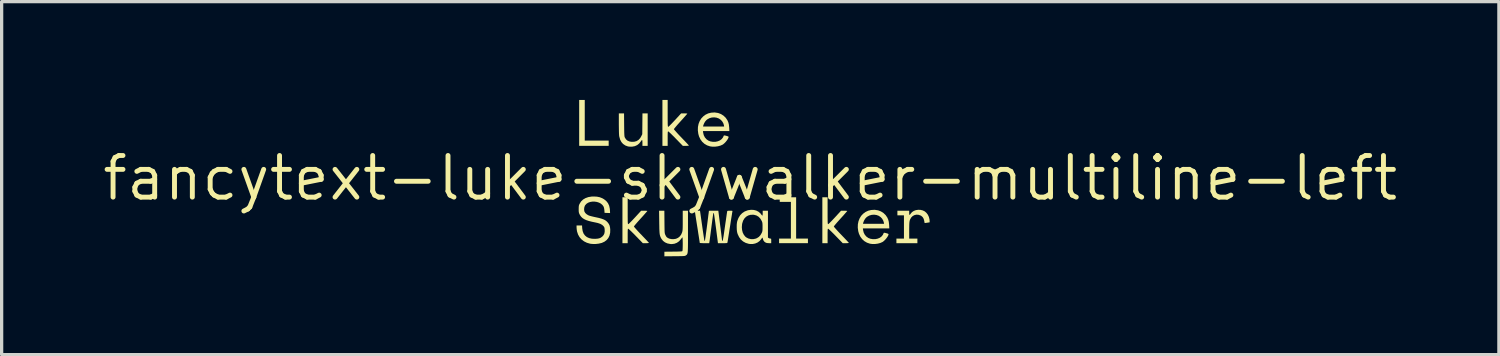
<source format=kicad_pcb>
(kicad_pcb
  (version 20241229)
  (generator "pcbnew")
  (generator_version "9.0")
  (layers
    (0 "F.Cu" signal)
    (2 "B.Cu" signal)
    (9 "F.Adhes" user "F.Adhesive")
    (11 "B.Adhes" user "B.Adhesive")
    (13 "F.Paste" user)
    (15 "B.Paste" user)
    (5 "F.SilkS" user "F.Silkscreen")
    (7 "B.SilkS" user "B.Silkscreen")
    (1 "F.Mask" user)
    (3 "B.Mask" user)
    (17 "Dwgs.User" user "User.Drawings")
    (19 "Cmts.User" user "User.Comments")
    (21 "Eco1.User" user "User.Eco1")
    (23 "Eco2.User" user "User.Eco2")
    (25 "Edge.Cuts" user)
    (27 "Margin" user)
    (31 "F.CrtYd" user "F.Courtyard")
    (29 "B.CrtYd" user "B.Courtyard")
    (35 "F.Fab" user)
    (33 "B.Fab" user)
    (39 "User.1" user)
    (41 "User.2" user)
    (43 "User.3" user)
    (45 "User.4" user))
  (footprint "fancytext-luke-skywalker-multiline-left"
    (layer "F.Cu")
    (at 19.843 2.385)
    (property "Reference" "fancytext-luke-skywalker-multiline-left" (at 0 0 0) (layer "F.SilkS") (effects (font (size 1.27 1.27) (thickness 0.15))))
    (attr board_only exclude_from_pos_files exclude_from_bom)
    (fp_poly (pts (xy -5.22 -1.685) (xy -5.22 -2.385) (xy -5.135 -2.385) (xy -5.05 -2.385) (xy -5.05 -1.765) (xy -5.05 -1.145) (xy -4.685 -1.145) (xy -4.32 -1.145) (xy -4.32 -1.065) (xy -4.32 -0.985) (xy -4.77 -0.985) (xy -5.22 -0.985) (xy -5.22 -1.685)) (stroke (width 0) (type solid)) (fill yes) (layer "F.SilkS"))
    (fp_poly (pts (xy 0.88 1.915) (xy 0.88 1.845) (xy 1.06 1.845) (xy 1.24 1.845) (xy 1.24 1.285) (xy 1.24 0.725) (xy 1.07 0.725) (xy 0.9 0.725) (xy 0.9 0.655) (xy 0.9 0.585) (xy 1.15 0.585) (xy 1.4 0.585) (xy 1.4 1.215) (xy 1.4 1.845) (xy 1.58 1.845) (xy 1.76 1.845) (xy 1.76 1.915) (xy 1.76 1.985) (xy 1.32 1.985) (xy 0.88 1.985) (xy 0.88 1.915)) (stroke (width 0) (type solid)) (fill yes) (layer "F.SilkS"))
    (fp_poly (pts (xy -3.736 -0.968) (xy -3.814 -0.997) (xy -3.879 -1.041) (xy -3.931 -1.1) (xy -3.97 -1.174) (xy -3.995 -1.263) (xy -4 -1.287) (xy -4.002 -1.313) (xy -4.005 -1.356) (xy -4.007 -1.412) (xy -4.008 -1.48) (xy -4.009 -1.555) (xy -4.01 -1.634) (xy -4.01 -1.663) (xy -4.01 -1.975) (xy -3.931 -1.975) (xy -3.851 -1.975) (xy -3.848 -1.627) (xy -3.847 -1.533) (xy -3.846 -1.457) (xy -3.845 -1.396) (xy -3.843 -1.349) (xy -3.841 -1.313) (xy -3.839 -1.287) (xy -3.836 -1.267) (xy -3.832 -1.252) (xy -3.827 -1.24) (xy -3.793 -1.185) (xy -3.746 -1.144) (xy -3.686 -1.118) (xy -3.619 -1.107) (xy -3.539 -1.11) (xy -3.469 -1.129) (xy -3.409 -1.166) (xy -3.359 -1.22) (xy -3.328 -1.273) (xy -3.295 -1.34) (xy -3.292 -1.657) (xy -3.289 -1.975) (xy -3.209 -1.975) (xy -3.13 -1.975) (xy -3.13 -1.48) (xy -3.13 -0.985) (xy -3.21 -0.985) (xy -3.29 -0.985) (xy -3.29 -1.075) (xy -3.291 -1.117) (xy -3.294 -1.148) (xy -3.298 -1.164) (xy -3.3 -1.165) (xy -3.311 -1.157) (xy -3.327 -1.138) (xy -3.335 -1.126) (xy -3.388 -1.058) (xy -3.45 -1.008) (xy -3.522 -0.975) (xy -3.604 -0.96) (xy -3.613 -0.959) (xy -3.661 -0.959) (xy -3.708 -0.963) (xy -3.736 -0.968)) (stroke (width 0) (type solid)) (fill yes) (layer "F.SilkS"))
    (fp_poly (pts (xy 4.46 1.915) (xy 4.46 1.845) (xy 4.575 1.845) (xy 4.69 1.845) (xy 4.69 1.49) (xy 4.69 1.135) (xy 4.59 1.135) (xy 4.49 1.135) (xy 4.49 1.065) (xy 4.49 0.995) (xy 4.67 0.995) (xy 4.85 0.995) (xy 4.85 1.06) (xy 4.851 1.093) (xy 4.855 1.117) (xy 4.86 1.125) (xy 4.871 1.117) (xy 4.887 1.098) (xy 4.895 1.085) (xy 4.936 1.037) (xy 4.991 1.001) (xy 5.054 0.977) (xy 5.124 0.967) (xy 5.195 0.969) (xy 5.264 0.986) (xy 5.324 1.015) (xy 5.376 1.06) (xy 5.42 1.118) (xy 5.452 1.187) (xy 5.47 1.262) (xy 5.472 1.292) (xy 5.475 1.349) (xy 5.4 1.361) (xy 5.364 1.366) (xy 5.336 1.369) (xy 5.323 1.37) (xy 5.322 1.37) (xy 5.319 1.36) (xy 5.314 1.335) (xy 5.31 1.31) (xy 5.292 1.243) (xy 5.262 1.191) (xy 5.218 1.152) (xy 5.198 1.141) (xy 5.134 1.119) (xy 5.07 1.115) (xy 5.009 1.129) (xy 4.955 1.159) (xy 4.91 1.204) (xy 4.877 1.263) (xy 4.866 1.294) (xy 4.861 1.317) (xy 4.857 1.345) (xy 4.854 1.381) (xy 4.852 1.428) (xy 4.851 1.488) (xy 4.85 1.564) (xy 4.85 1.598) (xy 4.85 1.845) (xy 4.975 1.845) (xy 5.1 1.845) (xy 5.1 1.915) (xy 5.1 1.985) (xy 4.78 1.985) (xy 4.46 1.985) (xy 4.46 1.915)) (stroke (width 0) (type solid)) (fill yes) (layer "F.SilkS"))
    (fp_poly (pts (xy -3.9 1.285) (xy -3.9 0.585) (xy -3.82 0.585) (xy -3.74 0.585) (xy -3.74 0.995) (xy -3.74 1.096) (xy -3.74 1.18) (xy -3.739 1.247) (xy -3.739 1.299) (xy -3.738 1.338) (xy -3.736 1.366) (xy -3.734 1.385) (xy -3.731 1.397) (xy -3.728 1.403) (xy -3.724 1.405) (xy -3.723 1.405) (xy -3.711 1.398) (xy -3.688 1.377) (xy -3.656 1.345) (xy -3.615 1.304) (xy -3.568 1.254) (xy -3.517 1.2) (xy -3.329 0.995) (xy -3.235 0.995) (xy -3.194 0.996) (xy -3.162 0.998) (xy -3.143 1.001) (xy -3.14 1.002) (xy -3.147 1.012) (xy -3.165 1.033) (xy -3.194 1.066) (xy -3.231 1.108) (xy -3.275 1.158) (xy -3.324 1.212) (xy -3.345 1.235) (xy -3.396 1.292) (xy -3.443 1.344) (xy -3.483 1.391) (xy -3.515 1.429) (xy -3.537 1.457) (xy -3.549 1.474) (xy -3.55 1.476) (xy -3.543 1.487) (xy -3.524 1.511) (xy -3.494 1.545) (xy -3.456 1.588) (xy -3.41 1.638) (xy -3.358 1.693) (xy -3.322 1.729) (xy -3.268 1.787) (xy -3.217 1.84) (xy -3.173 1.886) (xy -3.137 1.925) (xy -3.11 1.954) (xy -3.095 1.971) (xy -3.092 1.976) (xy -3.099 1.98) (xy -3.124 1.983) (xy -3.161 1.985) (xy -3.183 1.985) (xy -3.278 1.985) (xy -3.492 1.765) (xy -3.545 1.71) (xy -3.595 1.661) (xy -3.639 1.617) (xy -3.676 1.583) (xy -3.703 1.559) (xy -3.72 1.546) (xy -3.723 1.545) (xy -3.728 1.546) (xy -3.733 1.552) (xy -3.736 1.564) (xy -3.738 1.586) (xy -3.739 1.619) (xy -3.74 1.666) (xy -3.74 1.729) (xy -3.74 1.765) (xy -3.74 1.985) (xy -3.82 1.985) (xy -3.9 1.985) (xy -3.9 1.285)) (stroke (width 0) (type solid)) (fill yes) (layer "F.SilkS"))
    (fp_poly (pts (xy -2.68 -1.685) (xy -2.68 -2.385) (xy -2.6 -2.385) (xy -2.52 -2.385) (xy -2.52 -1.975) (xy -2.52 -1.874) (xy -2.52 -1.79) (xy -2.519 -1.723) (xy -2.519 -1.671) (xy -2.518 -1.632) (xy -2.516 -1.604) (xy -2.514 -1.585) (xy -2.511 -1.573) (xy -2.508 -1.567) (xy -2.504 -1.565) (xy -2.502 -1.565) (xy -2.491 -1.572) (xy -2.468 -1.593) (xy -2.436 -1.625) (xy -2.395 -1.666) (xy -2.348 -1.716) (xy -2.297 -1.77) (xy -2.109 -1.975) (xy -2.015 -1.975) (xy -1.974 -1.974) (xy -1.942 -1.972) (xy -1.923 -1.969) (xy -1.92 -1.968) (xy -1.927 -1.958) (xy -1.945 -1.937) (xy -1.974 -1.904) (xy -2.011 -1.862) (xy -2.055 -1.812) (xy -2.104 -1.758) (xy -2.125 -1.735) (xy -2.176 -1.678) (xy -2.223 -1.626) (xy -2.263 -1.579) (xy -2.295 -1.541) (xy -2.317 -1.513) (xy -2.329 -1.496) (xy -2.33 -1.494) (xy -2.323 -1.483) (xy -2.304 -1.459) (xy -2.274 -1.425) (xy -2.236 -1.382) (xy -2.19 -1.332) (xy -2.138 -1.277) (xy -2.103 -1.241) (xy -2.048 -1.183) (xy -1.997 -1.13) (xy -1.953 -1.084) (xy -1.917 -1.045) (xy -1.89 -1.016) (xy -1.875 -0.999) (xy -1.872 -0.994) (xy -1.879 -0.99) (xy -1.904 -0.987) (xy -1.941 -0.985) (xy -1.963 -0.985) (xy -2.058 -0.985) (xy -2.272 -1.205) (xy -2.325 -1.26) (xy -2.375 -1.309) (xy -2.419 -1.353) (xy -2.456 -1.387) (xy -2.483 -1.411) (xy -2.5 -1.424) (xy -2.502 -1.425) (xy -2.508 -1.424) (xy -2.513 -1.418) (xy -2.516 -1.406) (xy -2.518 -1.384) (xy -2.519 -1.351) (xy -2.52 -1.304) (xy -2.52 -1.241) (xy -2.52 -1.205) (xy -2.52 -0.985) (xy -2.6 -0.985) (xy -2.68 -0.985) (xy -2.68 -1.685)) (stroke (width 0) (type solid)) (fill yes) (layer "F.SilkS"))
    (fp_poly (pts (xy 2.2 1.285) (xy 2.2 0.585) (xy 2.28 0.585) (xy 2.36 0.585) (xy 2.36 0.995) (xy 2.36 1.096) (xy 2.36 1.18) (xy 2.361 1.247) (xy 2.361 1.299) (xy 2.362 1.338) (xy 2.364 1.366) (xy 2.366 1.385) (xy 2.369 1.397) (xy 2.372 1.403) (xy 2.376 1.405) (xy 2.377 1.405) (xy 2.389 1.398) (xy 2.412 1.377) (xy 2.444 1.345) (xy 2.485 1.304) (xy 2.532 1.254) (xy 2.583 1.2) (xy 2.771 0.995) (xy 2.865 0.995) (xy 2.906 0.996) (xy 2.938 0.998) (xy 2.957 1.001) (xy 2.96 1.002) (xy 2.953 1.012) (xy 2.935 1.033) (xy 2.906 1.066) (xy 2.869 1.108) (xy 2.825 1.158) (xy 2.776 1.212) (xy 2.755 1.235) (xy 2.704 1.292) (xy 2.657 1.344) (xy 2.617 1.391) (xy 2.585 1.429) (xy 2.563 1.457) (xy 2.551 1.474) (xy 2.55 1.476) (xy 2.557 1.487) (xy 2.576 1.511) (xy 2.606 1.545) (xy 2.644 1.588) (xy 2.69 1.638) (xy 2.742 1.693) (xy 2.777 1.729) (xy 2.832 1.787) (xy 2.883 1.84) (xy 2.927 1.886) (xy 2.963 1.925) (xy 2.99 1.954) (xy 3.005 1.971) (xy 3.008 1.976) (xy 3.001 1.98) (xy 2.976 1.983) (xy 2.939 1.985) (xy 2.917 1.985) (xy 2.822 1.985) (xy 2.608 1.765) (xy 2.555 1.71) (xy 2.505 1.661) (xy 2.461 1.617) (xy 2.424 1.583) (xy 2.397 1.559) (xy 2.38 1.546) (xy 2.377 1.545) (xy 2.372 1.546) (xy 2.367 1.552) (xy 2.364 1.564) (xy 2.362 1.586) (xy 2.361 1.619) (xy 2.36 1.666) (xy 2.36 1.729) (xy 2.36 1.765) (xy 2.36 1.985) (xy 2.28 1.985) (xy 2.2 1.985) (xy 2.2 1.285)) (stroke (width 0) (type solid)) (fill yes) (layer "F.SilkS"))
    (fp_poly (pts (xy -1.075 -2.002) (xy -0.979 -1.987) (xy -0.892 -1.954) (xy -0.815 -1.905) (xy -0.749 -1.842) (xy -0.697 -1.765) (xy -0.669 -1.7) (xy -0.653 -1.638) (xy -0.644 -1.558) (xy -0.642 -1.538) (xy -0.637 -1.435) (xy -1.443 -1.435) (xy -1.437 -1.386) (xy -1.419 -1.31) (xy -1.385 -1.243) (xy -1.337 -1.187) (xy -1.277 -1.144) (xy -1.216 -1.12) (xy -1.138 -1.107) (xy -1.062 -1.108) (xy -0.991 -1.123) (xy -0.927 -1.15) (xy -0.874 -1.189) (xy -0.834 -1.238) (xy -0.818 -1.272) (xy -0.811 -1.29) (xy -0.804 -1.3) (xy -0.791 -1.303) (xy -0.769 -1.3) (xy -0.733 -1.291) (xy -0.725 -1.289) (xy -0.686 -1.277) (xy -0.664 -1.265) (xy -0.66 -1.258) (xy -0.667 -1.228) (xy -0.687 -1.189) (xy -0.716 -1.146) (xy -0.752 -1.102) (xy -0.79 -1.063) (xy -0.828 -1.031) (xy -0.844 -1.021) (xy -0.909 -0.992) (xy -0.987 -0.971) (xy -1.07 -0.96) (xy -1.153 -0.959) (xy -1.227 -0.969) (xy -1.318 -1) (xy -1.398 -1.047) (xy -1.466 -1.109) (xy -1.522 -1.185) (xy -1.563 -1.273) (xy -1.585 -1.351) (xy -1.599 -1.458) (xy -1.596 -1.56) (xy -1.593 -1.575) (xy -1.44 -1.575) (xy -0.797 -1.575) (xy -0.804 -1.617) (xy -0.823 -1.676) (xy -0.857 -1.733) (xy -0.898 -1.777) (xy -0.958 -1.819) (xy -1.027 -1.844) (xy -1.1 -1.854) (xy -1.175 -1.849) (xy -1.247 -1.828) (xy -1.313 -1.791) (xy -1.338 -1.77) (xy -1.373 -1.731) (xy -1.404 -1.68) (xy -1.427 -1.626) (xy -1.434 -1.603) (xy -1.44 -1.575) (xy -1.593 -1.575) (xy -1.577 -1.655) (xy -1.543 -1.741) (xy -1.496 -1.818) (xy -1.435 -1.883) (xy -1.364 -1.936) (xy -1.282 -1.975) (xy -1.191 -1.997) (xy -1.092 -2.003)) (stroke (width 0) (type solid)) (fill yes) (layer "F.SilkS"))
    (fp_poly (pts (xy 3.805 0.968) (xy 3.901 0.983) (xy 3.988 1.016) (xy 4.065 1.065) (xy 4.131 1.128) (xy 4.183 1.205) (xy 4.211 1.27) (xy 4.227 1.332) (xy 4.236 1.412) (xy 4.238 1.433) (xy 4.243 1.535) (xy 3.437 1.535) (xy 3.443 1.584) (xy 3.461 1.66) (xy 3.495 1.727) (xy 3.543 1.783) (xy 3.603 1.826) (xy 3.664 1.85) (xy 3.742 1.863) (xy 3.818 1.862) (xy 3.889 1.847) (xy 3.953 1.82) (xy 4.006 1.781) (xy 4.046 1.732) (xy 4.062 1.698) (xy 4.069 1.68) (xy 4.076 1.67) (xy 4.089 1.667) (xy 4.111 1.67) (xy 4.147 1.679) (xy 4.155 1.681) (xy 4.194 1.693) (xy 4.216 1.705) (xy 4.22 1.712) (xy 4.213 1.742) (xy 4.193 1.781) (xy 4.164 1.824) (xy 4.128 1.868) (xy 4.09 1.907) (xy 4.052 1.939) (xy 4.036 1.949) (xy 3.971 1.978) (xy 3.893 1.999) (xy 3.81 2.01) (xy 3.727 2.011) (xy 3.653 2.001) (xy 3.562 1.97) (xy 3.482 1.923) (xy 3.414 1.861) (xy 3.358 1.785) (xy 3.317 1.697) (xy 3.295 1.619) (xy 3.281 1.512) (xy 3.284 1.41) (xy 3.287 1.395) (xy 3.44 1.395) (xy 4.083 1.395) (xy 4.076 1.353) (xy 4.057 1.294) (xy 4.023 1.237) (xy 3.982 1.193) (xy 3.922 1.151) (xy 3.853 1.126) (xy 3.78 1.116) (xy 3.705 1.121) (xy 3.633 1.142) (xy 3.567 1.179) (xy 3.542 1.2) (xy 3.507 1.239) (xy 3.476 1.29) (xy 3.453 1.344) (xy 3.446 1.367) (xy 3.44 1.395) (xy 3.287 1.395) (xy 3.303 1.315) (xy 3.337 1.229) (xy 3.384 1.152) (xy 3.445 1.087) (xy 3.516 1.034) (xy 3.598 0.995) (xy 3.689 0.973) (xy 3.788 0.967)) (stroke (width 0) (type solid)) (fill yes) (layer "F.SilkS"))
    (fp_poly (pts (xy 0.108 0.971) (xy 0.185 0.991) (xy 0.254 1.027) (xy 0.311 1.077) (xy 0.329 1.1) (xy 0.348 1.125) (xy 0.364 1.141) (xy 0.371 1.145) (xy 0.375 1.136) (xy 0.378 1.112) (xy 0.38 1.077) (xy 0.38 1.07) (xy 0.38 0.995) (xy 0.54 0.995) (xy 0.54 1.814) (xy 0.562 1.829) (xy 0.59 1.841) (xy 0.612 1.845) (xy 0.627 1.846) (xy 0.635 1.851) (xy 0.639 1.865) (xy 0.64 1.892) (xy 0.64 1.915) (xy 0.64 1.985) (xy 0.575 1.985) (xy 0.535 1.983) (xy 0.498 1.977) (xy 0.477 1.971) (xy 0.435 1.944) (xy 0.403 1.903) (xy 0.386 1.856) (xy 0.386 1.856) (xy 0.38 1.831) (xy 0.374 1.816) (xy 0.372 1.815) (xy 0.362 1.823) (xy 0.346 1.843) (xy 0.331 1.866) (xy 0.283 1.921) (xy 0.222 1.965) (xy 0.151 1.995) (xy 0.073 2.011) (xy -0.008 2.01) (xy -0.045 2.005) (xy -0.138 1.977) (xy -0.218 1.933) (xy -0.286 1.874) (xy -0.341 1.799) (xy -0.383 1.71) (xy -0.396 1.67) (xy -0.405 1.625) (xy -0.411 1.571) (xy -0.413 1.501) (xy -0.413 1.499) (xy -0.257 1.499) (xy -0.249 1.585) (xy -0.229 1.663) (xy -0.195 1.73) (xy -0.15 1.786) (xy -0.122 1.809) (xy -0.056 1.843) (xy 0.018 1.861) (xy 0.094 1.862) (xy 0.168 1.846) (xy 0.204 1.831) (xy 0.263 1.793) (xy 0.31 1.742) (xy 0.349 1.675) (xy 0.36 1.651) (xy 0.367 1.628) (xy 0.372 1.602) (xy 0.374 1.569) (xy 0.375 1.524) (xy 0.375 1.49) (xy 0.375 1.435) (xy 0.373 1.395) (xy 0.37 1.366) (xy 0.364 1.342) (xy 0.356 1.319) (xy 0.349 1.305) (xy 0.306 1.233) (xy 0.253 1.178) (xy 0.189 1.14) (xy 0.116 1.12) (xy 0.09 1.117) (xy 0.009 1.12) (xy -0.063 1.141) (xy -0.126 1.178) (xy -0.178 1.231) (xy -0.218 1.298) (xy -0.244 1.379) (xy -0.25 1.41) (xy -0.257 1.499) (xy -0.413 1.499) (xy -0.413 1.49) (xy -0.412 1.418) (xy -0.406 1.361) (xy -0.397 1.316) (xy -0.396 1.31) (xy -0.359 1.215) (xy -0.309 1.134) (xy -0.246 1.069) (xy -0.172 1.019) (xy -0.085 0.985) (xy -0.064 0.979) (xy 0.024 0.967)) (stroke (width 0) (type solid)) (fill yes) (layer "F.SilkS"))
    (fp_poly (pts (xy -2.62 2.316) (xy -2.62 2.246) (xy -2.35 2.243) (xy -2.267 2.242) (xy -2.203 2.241) (xy -2.154 2.239) (xy -2.118 2.237) (xy -2.094 2.235) (xy -2.079 2.231) (xy -2.071 2.227) (xy -2.07 2.225) (xy -2.067 2.211) (xy -2.064 2.181) (xy -2.062 2.14) (xy -2.061 2.09) (xy -2.06 2.036) (xy -2.06 1.98) (xy -2.061 1.927) (xy -2.062 1.88) (xy -2.064 1.841) (xy -2.066 1.816) (xy -2.069 1.807) (xy -2.07 1.807) (xy -2.08 1.816) (xy -2.097 1.837) (xy -2.117 1.864) (xy -2.172 1.927) (xy -2.238 1.973) (xy -2.313 2.002) (xy -2.394 2.013) (xy -2.438 2.011) (xy -2.525 1.994) (xy -2.599 1.962) (xy -2.66 1.916) (xy -2.707 1.857) (xy -2.714 1.845) (xy -2.729 1.817) (xy -2.741 1.791) (xy -2.75 1.765) (xy -2.758 1.736) (xy -2.764 1.702) (xy -2.768 1.66) (xy -2.771 1.608) (xy -2.774 1.544) (xy -2.775 1.466) (xy -2.777 1.37) (xy -2.777 1.343) (xy -2.782 0.995) (xy -2.702 0.995) (xy -2.621 0.995) (xy -2.618 1.337) (xy -2.617 1.43) (xy -2.616 1.504) (xy -2.615 1.563) (xy -2.614 1.608) (xy -2.612 1.643) (xy -2.61 1.669) (xy -2.606 1.689) (xy -2.602 1.704) (xy -2.597 1.718) (xy -2.592 1.73) (xy -2.576 1.762) (xy -2.56 1.788) (xy -2.552 1.798) (xy -2.513 1.828) (xy -2.46 1.85) (xy -2.399 1.861) (xy -2.335 1.862) (xy -2.272 1.852) (xy -2.266 1.851) (xy -2.203 1.822) (xy -2.149 1.778) (xy -2.107 1.72) (xy -2.081 1.66) (xy -2.075 1.64) (xy -2.07 1.619) (xy -2.066 1.595) (xy -2.064 1.567) (xy -2.062 1.53) (xy -2.061 1.483) (xy -2.06 1.423) (xy -2.06 1.346) (xy -2.06 1.294) (xy -2.06 0.995) (xy -1.98 0.995) (xy -1.9 0.995) (xy -1.9 1.631) (xy -1.9 1.764) (xy -1.9 1.879) (xy -1.9 1.976) (xy -1.901 2.058) (xy -1.902 2.126) (xy -1.904 2.182) (xy -1.906 2.226) (xy -1.909 2.261) (xy -1.914 2.287) (xy -1.919 2.307) (xy -1.926 2.322) (xy -1.934 2.334) (xy -1.943 2.343) (xy -1.954 2.351) (xy -1.964 2.358) (xy -1.973 2.364) (xy -1.983 2.369) (xy -1.996 2.373) (xy -2.015 2.376) (xy -2.041 2.378) (xy -2.077 2.38) (xy -2.125 2.381) (xy -2.188 2.382) (xy -2.267 2.383) (xy -2.308 2.383) (xy -2.62 2.386) (xy -2.62 2.316)) (stroke (width 0) (type solid)) (fill yes) (layer "F.SilkS"))
    (fp_poly (pts (xy -4.887 2.001) (xy -4.984 1.973) (xy -5.071 1.93) (xy -5.146 1.873) (xy -5.208 1.803) (xy -5.254 1.722) (xy -5.284 1.632) (xy -5.285 1.628) (xy -5.293 1.582) (xy -5.298 1.534) (xy -5.3 1.502) (xy -5.3 1.445) (xy -5.216 1.445) (xy -5.133 1.445) (xy -5.128 1.529) (xy -5.114 1.616) (xy -5.086 1.691) (xy -5.043 1.751) (xy -4.986 1.798) (xy -4.915 1.831) (xy -4.831 1.849) (xy -4.734 1.853) (xy -4.72 1.852) (xy -4.655 1.847) (xy -4.605 1.836) (xy -4.563 1.818) (xy -4.525 1.791) (xy -4.51 1.779) (xy -4.474 1.737) (xy -4.451 1.688) (xy -4.441 1.629) (xy -4.442 1.581) (xy -4.445 1.54) (xy -4.45 1.512) (xy -4.461 1.489) (xy -4.476 1.468) (xy -4.517 1.429) (xy -4.575 1.396) (xy -4.651 1.37) (xy -4.727 1.353) (xy -4.838 1.33) (xy -4.931 1.306) (xy -5.008 1.28) (xy -5.071 1.25) (xy -5.122 1.216) (xy -5.162 1.176) (xy -5.194 1.131) (xy -5.207 1.107) (xy -5.22 1.079) (xy -5.228 1.054) (xy -5.233 1.026) (xy -5.235 0.989) (xy -5.235 0.945) (xy -5.234 0.895) (xy -5.232 0.86) (xy -5.227 0.832) (xy -5.218 0.807) (xy -5.207 0.784) (xy -5.162 0.712) (xy -5.102 0.654) (xy -5.027 0.61) (xy -4.94 0.579) (xy -4.84 0.563) (xy -4.775 0.561) (xy -4.678 0.566) (xy -4.593 0.583) (xy -4.515 0.614) (xy -4.461 0.645) (xy -4.393 0.7) (xy -4.341 0.765) (xy -4.305 0.842) (xy -4.286 0.931) (xy -4.282 0.972) (xy -4.277 1.066) (xy -4.361 1.063) (xy -4.445 1.06) (xy -4.451 0.985) (xy -4.456 0.942) (xy -4.464 0.902) (xy -4.474 0.872) (xy -4.509 0.821) (xy -4.557 0.779) (xy -4.615 0.748) (xy -4.68 0.727) (xy -4.749 0.717) (xy -4.818 0.717) (xy -4.885 0.728) (xy -4.946 0.75) (xy -4.997 0.783) (xy -5.037 0.828) (xy -5.049 0.849) (xy -5.065 0.898) (xy -5.07 0.953) (xy -5.064 1.006) (xy -5.056 1.028) (xy -5.03 1.068) (xy -4.989 1.105) (xy -4.936 1.136) (xy -4.916 1.144) (xy -4.886 1.153) (xy -4.842 1.165) (xy -4.788 1.178) (xy -4.731 1.191) (xy -4.71 1.195) (xy -4.619 1.215) (xy -4.546 1.235) (xy -4.486 1.256) (xy -4.437 1.279) (xy -4.397 1.306) (xy -4.362 1.338) (xy -4.351 1.351) (xy -4.315 1.399) (xy -4.291 1.45) (xy -4.278 1.51) (xy -4.272 1.571) (xy -4.275 1.668) (xy -4.295 1.754) (xy -4.331 1.828) (xy -4.382 1.89) (xy -4.449 1.94) (xy -4.53 1.977) (xy -4.627 2) (xy -4.72 2.01) (xy -4.793 2.01) (xy -4.862 2.005) (xy -4.887 2.001)) (stroke (width 0) (type solid)) (fill yes) (layer "F.SilkS"))
    (fp_poly (pts (xy -1.54 1.978) (xy -1.542 1.966) (xy -1.546 1.938) (xy -1.553 1.893) (xy -1.562 1.834) (xy -1.573 1.763) (xy -1.586 1.683) (xy -1.599 1.594) (xy -1.614 1.499) (xy -1.615 1.495) (xy -1.63 1.4) (xy -1.644 1.311) (xy -1.657 1.229) (xy -1.668 1.157) (xy -1.677 1.097) (xy -1.684 1.051) (xy -1.688 1.021) (xy -1.69 1.008) (xy -1.69 1.008) (xy -1.684 1.001) (xy -1.663 0.997) (xy -1.625 0.995) (xy -1.612 0.995) (xy -1.533 0.995) (xy -1.469 1.446) (xy -1.456 1.539) (xy -1.443 1.626) (xy -1.431 1.705) (xy -1.421 1.773) (xy -1.412 1.83) (xy -1.405 1.873) (xy -1.4 1.9) (xy -1.398 1.908) (xy -1.388 1.914) (xy -1.384 1.912) (xy -1.381 1.901) (xy -1.377 1.872) (xy -1.37 1.828) (xy -1.361 1.769) (xy -1.352 1.699) (xy -1.341 1.619) (xy -1.329 1.531) (xy -1.319 1.453) (xy -1.307 1.36) (xy -1.296 1.274) (xy -1.286 1.195) (xy -1.278 1.127) (xy -1.27 1.072) (xy -1.265 1.03) (xy -1.262 1.005) (xy -1.261 0.998) (xy -1.251 0.997) (xy -1.225 0.996) (xy -1.186 0.995) (xy -1.138 0.995) (xy -1.117 0.995) (xy -0.974 0.995) (xy -0.917 1.448) (xy -0.905 1.54) (xy -0.894 1.627) (xy -0.884 1.706) (xy -0.876 1.775) (xy -0.869 1.831) (xy -0.864 1.873) (xy -0.861 1.899) (xy -0.86 1.907) (xy -0.852 1.914) (xy -0.847 1.915) (xy -0.843 1.91) (xy -0.837 1.893) (xy -0.831 1.863) (xy -0.823 1.82) (xy -0.813 1.762) (xy -0.802 1.687) (xy -0.789 1.596) (xy -0.773 1.485) (xy -0.771 1.472) (xy -0.758 1.38) (xy -0.745 1.294) (xy -0.734 1.215) (xy -0.724 1.146) (xy -0.716 1.09) (xy -0.709 1.047) (xy -0.705 1.02) (xy -0.704 1.012) (xy -0.698 1.004) (xy -0.685 0.998) (xy -0.661 0.996) (xy -0.621 0.995) (xy -0.619 0.995) (xy -0.58 0.995) (xy -0.556 0.997) (xy -0.546 1.001) (xy -0.543 1.009) (xy -0.545 1.018) (xy -0.547 1.032) (xy -0.553 1.064) (xy -0.56 1.111) (xy -0.57 1.172) (xy -0.582 1.245) (xy -0.595 1.326) (xy -0.608 1.415) (xy -0.62 1.49) (xy -0.635 1.583) (xy -0.648 1.671) (xy -0.661 1.751) (xy -0.672 1.821) (xy -0.681 1.88) (xy -0.689 1.924) (xy -0.693 1.953) (xy -0.695 1.962) (xy -0.698 1.971) (xy -0.704 1.977) (xy -0.715 1.981) (xy -0.736 1.984) (xy -0.769 1.985) (xy -0.818 1.985) (xy -0.843 1.985) (xy -0.986 1.985) (xy -1.044 1.532) (xy -1.057 1.439) (xy -1.068 1.352) (xy -1.079 1.274) (xy -1.089 1.205) (xy -1.097 1.148) (xy -1.104 1.105) (xy -1.109 1.079) (xy -1.111 1.071) (xy -1.122 1.065) (xy -1.125 1.067) (xy -1.127 1.078) (xy -1.132 1.106) (xy -1.139 1.15) (xy -1.147 1.208) (xy -1.157 1.277) (xy -1.167 1.356) (xy -1.179 1.442) (xy -1.185 1.491) (xy -1.197 1.582) (xy -1.208 1.668) (xy -1.218 1.746) (xy -1.228 1.815) (xy -1.235 1.872) (xy -1.241 1.915) (xy -1.245 1.941) (xy -1.246 1.948) (xy -1.252 1.985) (xy -1.396 1.985) (xy -1.447 1.985) (xy -1.49 1.983) (xy -1.522 1.981) (xy -1.538 1.979) (xy -1.54 1.978)) (stroke (width 0) (type solid)) (fill yes) (layer "F.SilkS")))
  (gr_rect
    (start -3 -3)
    (end 42.687 7.771)
    (stroke (width 0.1) (type default))
    (fill no)
    (layer "Edge.Cuts")))
</source>
